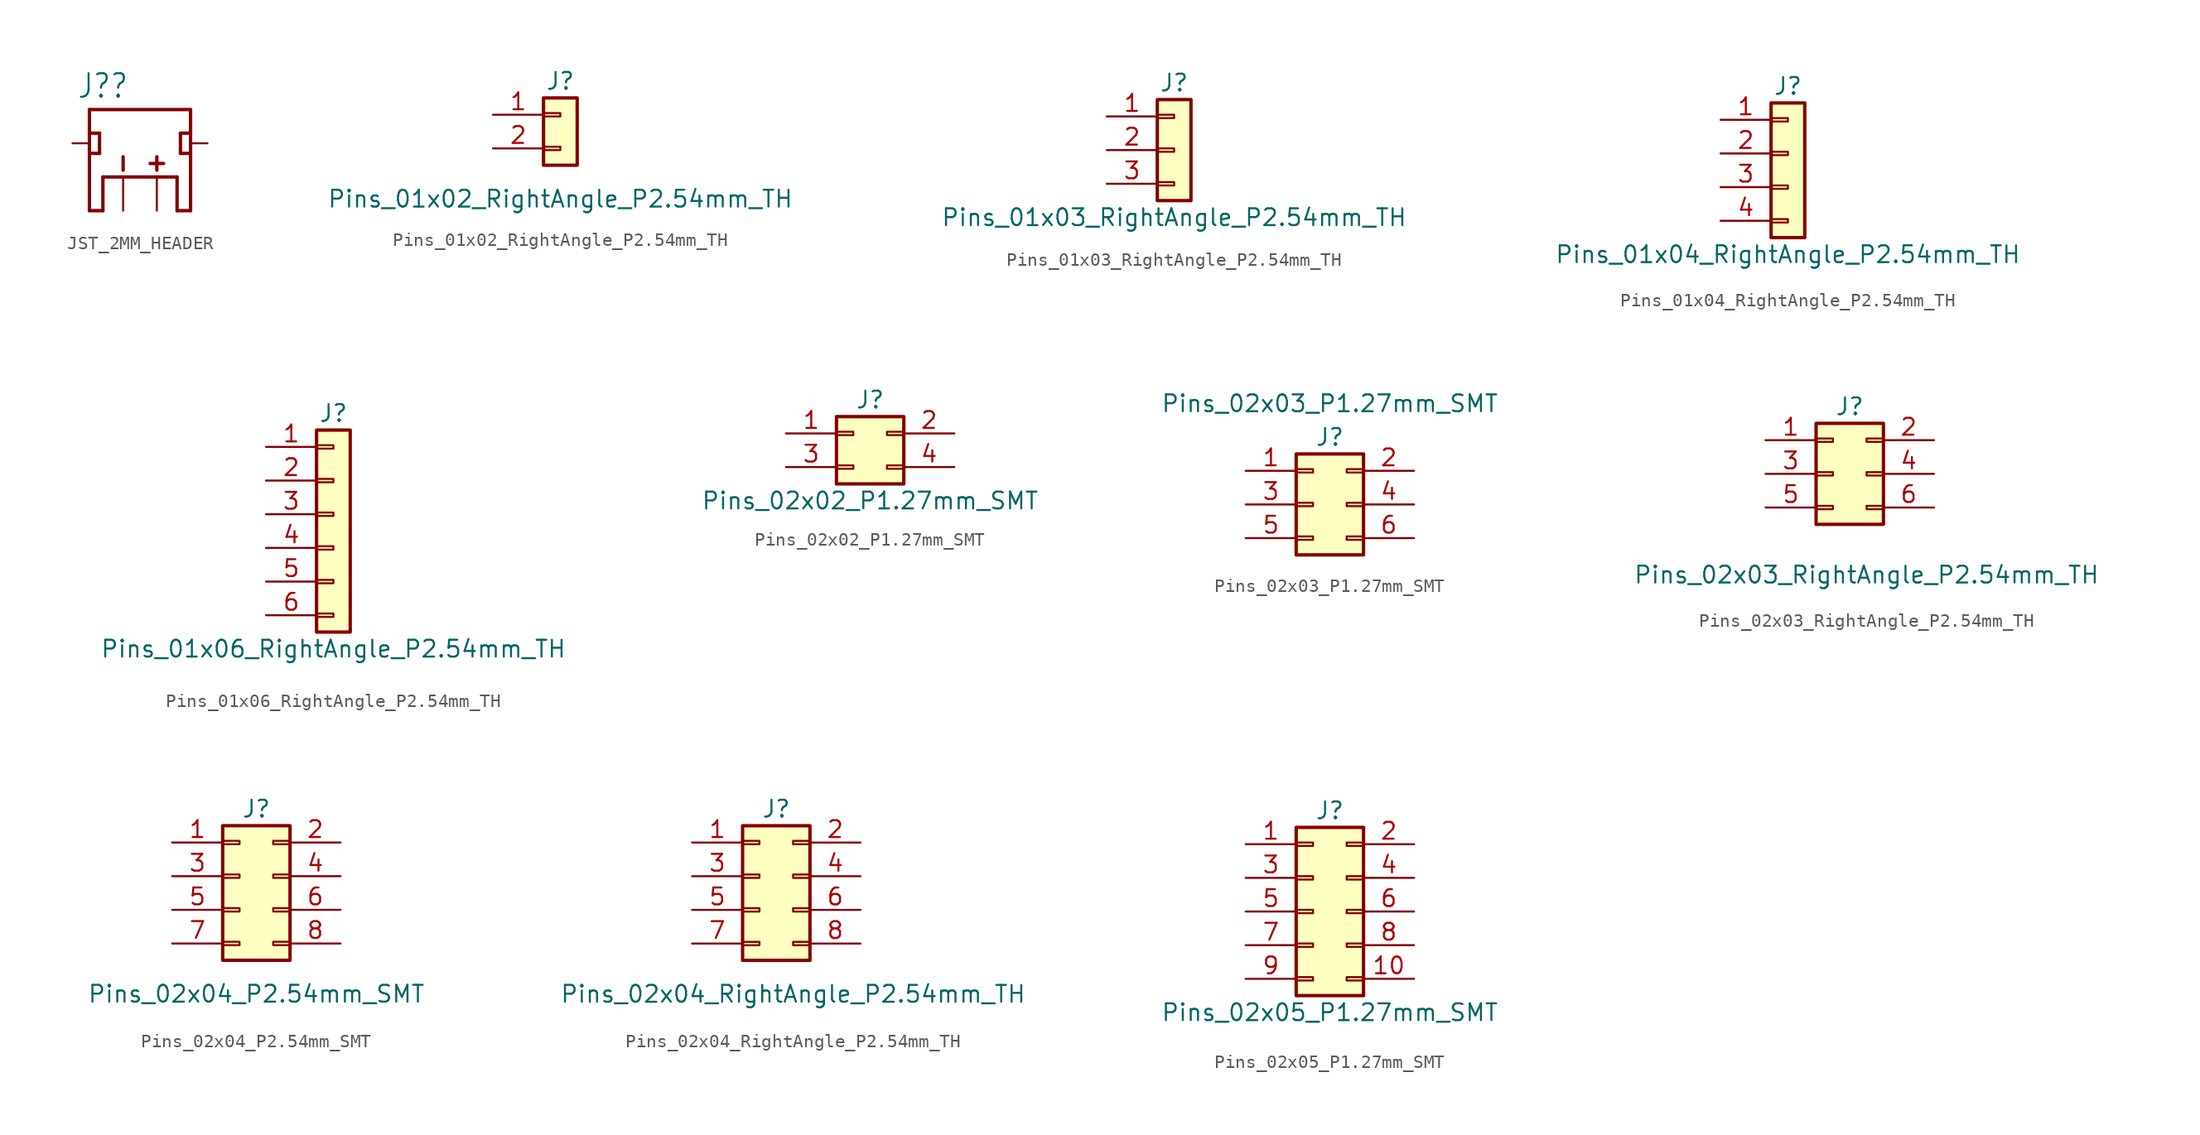
<source format=kicad_sym>
(kicad_symbol_lib
  (version 20241209)
  (generator "kicad_symbol_editor")
  (generator_version "9.0")
  (symbol "JST_2MM_HEADER"
    (property "Reference" "J?"
      (at -2.794 4.318 0)
      (effects (font (size 1.778 1.511))))
    (symbol "JST_2MM_HEADER_1_0"
      (polyline (pts (xy -3.81 2.54) (xy 3.81 2.54)) (stroke (width 0.254) (type solid)) (fill (type none)))
      (polyline (pts (xy -3.81 0.762) (xy -3.81 2.54)) (stroke (width 0.254) (type solid)) (fill (type none)))
      (polyline (pts (xy -3.81 -0.762) (xy -3.81 0.762)) (stroke (width 0.254) (type solid)) (fill (type none)))
      (polyline (pts (xy -3.81 -0.762) (xy -3.048 -0.762)) (stroke (width 0.254) (type solid)) (fill (type none)))
      (polyline (pts (xy -3.81 -5.08) (xy -3.81 -0.762)) (stroke (width 0.254) (type solid)) (fill (type none)))
      (polyline (pts (xy -3.81 -5.08) (xy -2.794 -5.08)) (stroke (width 0.254) (type solid)) (fill (type none)))
      (polyline (pts (xy -3.048 0.762) (xy -3.81 0.762)) (stroke (width 0.254) (type solid)) (fill (type none)))
      (polyline (pts (xy -3.048 -0.762) (xy -3.048 0.762)) (stroke (width 0.254) (type solid)) (fill (type none)))
      (polyline (pts (xy -2.794 -2.54) (xy -2.794 -5.08)) (stroke (width 0.254) (type solid)) (fill (type none)))
      (polyline (pts (xy -1.27 -2.032) (xy -1.27 -1.016)) (stroke (width 0.254) (type solid)) (fill (type none)))
      (polyline (pts (xy 0.762 -1.524) (xy 1.778 -1.524)) (stroke (width 0.254) (type solid)) (fill (type none)))
      (polyline (pts (xy 1.27 -2.032) (xy 1.27 -1.016)) (stroke (width 0.254) (type solid)) (fill (type none)))
      (polyline (pts (xy 2.794 -2.54) (xy -2.794 -2.54)) (stroke (width 0.254) (type solid)) (fill (type none)))
      (polyline (pts (xy 2.794 -5.08) (xy 2.794 -2.54)) (stroke (width 0.254) (type solid)) (fill (type none)))
      (polyline (pts (xy 3.048 0.762) (xy 3.81 0.762)) (stroke (width 0.254) (type solid)) (fill (type none)))
      (polyline (pts (xy 3.048 -0.762) (xy 3.048 0.762)) (stroke (width 0.254) (type solid)) (fill (type none)))
      (polyline (pts (xy 3.81 2.54) (xy 3.81 0.762)) (stroke (width 0.254) (type solid)) (fill (type none)))
      (polyline (pts (xy 3.81 0.762) (xy 3.81 -0.762)) (stroke (width 0.254) (type solid)) (fill (type none)))
      (polyline (pts (xy 3.81 -0.762) (xy 3.048 -0.762)) (stroke (width 0.254) (type solid)) (fill (type none)))
      (polyline (pts (xy 3.81 -0.762) (xy 3.81 -5.08)) (stroke (width 0.254) (type solid)) (fill (type none)))
      (polyline (pts (xy 3.81 -5.08) (xy 2.794 -5.08)) (stroke (width 0.254) (type solid)) (fill (type none)))
      (pin bidirectional line (at -5.08 0 0) (length 1.27) (name "PAD1" (effects (font (size 0 0)))) (number "NC1" (effects (font (size 0 0)))))
      (pin bidirectional line (at -1.27 -5.08 90) (length 2.54) (name "-" (effects (font (size 0 0)))) (number "1" (effects (font (size 0 0)))))
      (pin bidirectional line (at 1.27 -5.08 90) (length 2.54) (name "+" (effects (font (size 0 0)))) (number "2" (effects (font (size 0 0)))))
      (pin bidirectional line (at 5.08 0 180) (length 1.27) (name "PAD2" (effects (font (size 0 0)))) (number "NC2" (effects (font (size 0 0)))))))
  (symbol "Pins_01x02_RightAngle_P2.54mm_TH"
    (pin_names
      (offset 1.016)
      (hide yes))
    (property "Reference" "J"
      (at 0 3.81 0)
      (effects (font (size 1.27 1.27))))
    (property "Value" "Pins_01x02_RightAngle_P2.54mm_TH"
      (at 0 -5.08 0)
      (effects (font (size 1.27 1.27))))
    (symbol "Pins_01x02_RightAngle_P2.54mm_TH_1_1"
      (rectangle (start -1.27 2.54) (end 1.27 -2.54) (stroke (width 0.254) (type default)) (fill (type background)))
      (rectangle (start -1.27 1.397) (end 0 1.143) (stroke (width 0.152) (type default)) (fill (type none)))
      (rectangle (start -1.27 -1.143) (end 0 -1.397) (stroke (width 0.152) (type default)) (fill (type none)))
      (pin passive line (at -5.08 1.27 0) (length 3.81) (name "Pin_1" (effects (font (size 1.27 1.27)))) (number "1" (effects (font (size 1.27 1.27)))))
      (pin passive line (at -5.08 -1.27 0) (length 3.81) (name "Pin_2" (effects (font (size 1.27 1.27)))) (number "2" (effects (font (size 1.27 1.27)))))))
  (symbol "Pins_01x03_RightAngle_P2.54mm_TH"
    (pin_names
      (offset 1.016)
      (hide yes))
    (property "Reference" "J"
      (at 0 5.08 0)
      (effects (font (size 1.27 1.27))))
    (property "Value" "Pins_01x03_RightAngle_P2.54mm_TH"
      (at 0 -5.08 0)
      (effects (font (size 1.27 1.27))))
    (symbol "Pins_01x03_RightAngle_P2.54mm_TH_1_1"
      (rectangle (start -1.27 3.81) (end 1.27 -3.81) (stroke (width 0.254) (type default)) (fill (type background)))
      (rectangle (start -1.27 2.667) (end 0 2.413) (stroke (width 0.152) (type default)) (fill (type none)))
      (rectangle (start -1.27 0.127) (end 0 -0.127) (stroke (width 0.152) (type default)) (fill (type none)))
      (rectangle (start -1.27 -2.413) (end 0 -2.667) (stroke (width 0.152) (type default)) (fill (type none)))
      (pin passive line (at -5.08 2.54 0) (length 3.81) (name "Pin_1" (effects (font (size 1.27 1.27)))) (number "1" (effects (font (size 1.27 1.27)))))
      (pin passive line (at -5.08 0 0) (length 3.81) (name "Pin_2" (effects (font (size 1.27 1.27)))) (number "2" (effects (font (size 1.27 1.27)))))
      (pin passive line (at -5.08 -2.54 0) (length 3.81) (name "Pin_3" (effects (font (size 1.27 1.27)))) (number "3" (effects (font (size 1.27 1.27)))))))
  (symbol "Pins_01x04_RightAngle_P2.54mm_TH"
    (pin_names
      (offset 1.016)
      (hide yes))
    (property "Reference" "J"
      (at 0 5.08 0)
      (effects (font (size 1.27 1.27))))
    (property "Value" "Pins_01x04_RightAngle_P2.54mm_TH"
      (at 0 -7.62 0)
      (effects (font (size 1.27 1.27))))
    (symbol "Pins_01x04_RightAngle_P2.54mm_TH_1_1"
      (rectangle (start -1.27 3.81) (end 1.27 -6.35) (stroke (width 0.254) (type default)) (fill (type background)))
      (rectangle (start -1.27 2.667) (end 0 2.413) (stroke (width 0.152) (type default)) (fill (type none)))
      (rectangle (start -1.27 0.127) (end 0 -0.127) (stroke (width 0.152) (type default)) (fill (type none)))
      (rectangle (start -1.27 -2.413) (end 0 -2.667) (stroke (width 0.152) (type default)) (fill (type none)))
      (rectangle (start -1.27 -4.953) (end 0 -5.207) (stroke (width 0.152) (type default)) (fill (type none)))
      (pin passive line (at -5.08 2.54 0) (length 3.81) (name "Pin_1" (effects (font (size 1.27 1.27)))) (number "1" (effects (font (size 1.27 1.27)))))
      (pin passive line (at -5.08 0 0) (length 3.81) (name "Pin_2" (effects (font (size 1.27 1.27)))) (number "2" (effects (font (size 1.27 1.27)))))
      (pin passive line (at -5.08 -2.54 0) (length 3.81) (name "Pin_3" (effects (font (size 1.27 1.27)))) (number "3" (effects (font (size 1.27 1.27)))))
      (pin passive line (at -5.08 -5.08 0) (length 3.81) (name "Pin_4" (effects (font (size 1.27 1.27)))) (number "4" (effects (font (size 1.27 1.27)))))))
  (symbol "Pins_01x06_RightAngle_P2.54mm_TH"
    (pin_names
      (offset 1.016)
      (hide yes))
    (property "Reference" "J"
      (at 0 8.89 0)
      (effects (font (size 1.27 1.27))))
    (property "Value" "Pins_01x06_RightAngle_P2.54mm_TH"
      (at 0 -8.89 0)
      (effects (font (size 1.27 1.27))))
    (symbol "Pins_01x06_RightAngle_P2.54mm_TH_1_1"
      (rectangle (start -1.27 7.62) (end 1.27 -7.62) (stroke (width 0.254) (type default)) (fill (type background)))
      (rectangle (start -1.27 6.477) (end 0 6.223) (stroke (width 0.152) (type default)) (fill (type none)))
      (rectangle (start -1.27 3.937) (end 0 3.683) (stroke (width 0.152) (type default)) (fill (type none)))
      (rectangle (start -1.27 1.397) (end 0 1.143) (stroke (width 0.152) (type default)) (fill (type none)))
      (rectangle (start -1.27 -1.143) (end 0 -1.397) (stroke (width 0.152) (type default)) (fill (type none)))
      (rectangle (start -1.27 -3.683) (end 0 -3.937) (stroke (width 0.152) (type default)) (fill (type none)))
      (rectangle (start -1.27 -6.223) (end 0 -6.477) (stroke (width 0.152) (type default)) (fill (type none)))
      (pin passive line (at -5.08 6.35 0) (length 3.81) (name "Pin_1" (effects (font (size 1.27 1.27)))) (number "1" (effects (font (size 1.27 1.27)))))
      (pin passive line (at -5.08 3.81 0) (length 3.81) (name "Pin_2" (effects (font (size 1.27 1.27)))) (number "2" (effects (font (size 1.27 1.27)))))
      (pin passive line (at -5.08 1.27 0) (length 3.81) (name "Pin_3" (effects (font (size 1.27 1.27)))) (number "3" (effects (font (size 1.27 1.27)))))
      (pin passive line (at -5.08 -1.27 0) (length 3.81) (name "Pin_4" (effects (font (size 1.27 1.27)))) (number "4" (effects (font (size 1.27 1.27)))))
      (pin passive line (at -5.08 -3.81 0) (length 3.81) (name "Pin_5" (effects (font (size 1.27 1.27)))) (number "5" (effects (font (size 1.27 1.27)))))
      (pin passive line (at -5.08 -6.35 0) (length 3.81) (name "Pin_6" (effects (font (size 1.27 1.27)))) (number "6" (effects (font (size 1.27 1.27)))))))
  (symbol "Pins_02x02_P1.27mm_SMT"
    (pin_names
      (offset 0.025)
      (hide yes))
    (property "Reference" "J"
      (at 0 3.81 0)
      (effects (font (size 1.27 1.27))))
    (property "Value" "Pins_02x02_P1.27mm_SMT"
      (at 0 -3.81 0)
      (effects (font (size 1.27 1.27))))
    (symbol "Pins_02x02_P1.27mm_SMT_0_1"
      (rectangle (start -2.54 2.54) (end 2.54 -2.54) (stroke (width 0.254) (type default)) (fill (type background)))
      (rectangle (start -2.54 1.397) (end -1.27 1.143) (stroke (width 0.152) (type default)) (fill (type none)))
      (rectangle (start -2.54 -1.143) (end -1.27 -1.397) (stroke (width 0.152) (type default)) (fill (type none)))
      (rectangle (start 1.27 1.397) (end 2.54 1.143) (stroke (width 0.152) (type default)) (fill (type none)))
      (rectangle (start 1.27 -1.143) (end 2.54 -1.397) (stroke (width 0.152) (type default)) (fill (type none))))
    (symbol "Pins_02x02_P1.27mm_SMT_1_1"
      (pin passive line (at -6.35 1.27 0) (length 3.81) (name "+12V" (effects (font (size 1.27 1.27)))) (number "1" (effects (font (size 1.27 1.27)))))
      (pin passive line (at -6.35 -1.27 0) (length 3.81) (name "GND" (effects (font (size 1.27 1.27)))) (number "3" (effects (font (size 1.27 1.27)))))
      (pin passive line (at 6.35 1.27 180) (length 3.81) (name "+12V" (effects (font (size 1.27 1.27)))) (number "2" (effects (font (size 1.27 1.27)))))
      (pin passive line (at 6.35 -1.27 180) (length 3.81) (name "GND" (effects (font (size 1.27 1.27)))) (number "4" (effects (font (size 1.27 1.27)))))))
  (symbol "Pins_02x03_P1.27mm_SMT"
    (pin_names
      (offset 0.025)
      (hide yes))
    (property "Reference" "J"
      (at 0 5.08 0)
      (effects (font (size 1.27 1.27))))
    (property "Value" "Pins_02x03_P1.27mm_SMT"
      (at 0 7.62 0)
      (effects (font (size 1.27 1.27))))
    (symbol "Pins_02x03_P1.27mm_SMT_0_1"
      (rectangle (start -2.54 3.81) (end 2.54 -3.81) (stroke (width 0.254) (type default)) (fill (type background)))
      (rectangle (start -2.54 2.667) (end -1.27 2.413) (stroke (width 0.152) (type default)) (fill (type none)))
      (rectangle (start -2.54 0.127) (end -1.27 -0.127) (stroke (width 0.152) (type default)) (fill (type none)))
      (rectangle (start -2.54 -2.413) (end -1.27 -2.667) (stroke (width 0.152) (type default)) (fill (type none)))
      (rectangle (start 1.27 2.667) (end 2.54 2.413) (stroke (width 0.152) (type default)) (fill (type none)))
      (rectangle (start 1.27 0.127) (end 2.54 -0.127) (stroke (width 0.152) (type default)) (fill (type none)))
      (rectangle (start 1.27 -2.413) (end 2.54 -2.667) (stroke (width 0.152) (type default)) (fill (type none))))
    (symbol "Pins_02x03_P1.27mm_SMT_1_1"
      (pin passive line (at -6.35 2.54 0) (length 3.81) (name "+12V" (effects (font (size 1.27 1.27)))) (number "1" (effects (font (size 1.27 1.27)))))
      (pin passive line (at -6.35 0 0) (length 3.81) (name "GND" (effects (font (size 1.27 1.27)))) (number "3" (effects (font (size 1.27 1.27)))))
      (pin passive line (at -6.35 -2.54 0) (length 3.81) (name "GND" (effects (font (size 1.27 1.27)))) (number "5" (effects (font (size 1.27 1.27)))))
      (pin passive line (at 6.35 2.54 180) (length 3.81) (name "+12V" (effects (font (size 1.27 1.27)))) (number "2" (effects (font (size 1.27 1.27)))))
      (pin passive line (at 6.35 0 180) (length 3.81) (name "GND" (effects (font (size 1.27 1.27)))) (number "4" (effects (font (size 1.27 1.27)))))
      (pin passive line (at 6.35 -2.54 180) (length 3.81) (name "GND" (effects (font (size 1.27 1.27)))) (number "6" (effects (font (size 1.27 1.27)))))))
  (symbol "Pins_02x03_RightAngle_P2.54mm_TH"
    (pin_names
      (offset 1.016)
      (hide yes))
    (property "Reference" "J"
      (at 0 5.08 0)
      (effects (font (size 1.27 1.27))))
    (property "Value" "Pins_02x03_RightAngle_P2.54mm_TH"
      (at 1.27 -7.62 0)
      (effects (font (size 1.27 1.27))))
    (symbol "Pins_02x03_RightAngle_P2.54mm_TH_1_1"
      (rectangle (start -2.54 3.81) (end 2.54 -3.81) (stroke (width 0.254) (type default)) (fill (type background)))
      (rectangle (start -2.54 2.667) (end -1.27 2.413) (stroke (width 0.152) (type default)) (fill (type none)))
      (rectangle (start -2.54 0.127) (end -1.27 -0.127) (stroke (width 0.152) (type default)) (fill (type none)))
      (rectangle (start -2.54 -2.413) (end -1.27 -2.667) (stroke (width 0.152) (type default)) (fill (type none)))
      (rectangle (start 2.54 2.667) (end 1.27 2.413) (stroke (width 0.152) (type default)) (fill (type none)))
      (rectangle (start 2.54 0.127) (end 1.27 -0.127) (stroke (width 0.152) (type default)) (fill (type none)))
      (rectangle (start 2.54 -2.413) (end 1.27 -2.667) (stroke (width 0.152) (type default)) (fill (type none)))
      (pin passive line (at -6.35 2.54 0) (length 3.81) (name "Pin_1" (effects (font (size 1.27 1.27)))) (number "1" (effects (font (size 1.27 1.27)))))
      (pin passive line (at -6.35 0 0) (length 3.81) (name "Pin_3" (effects (font (size 1.27 1.27)))) (number "3" (effects (font (size 1.27 1.27)))))
      (pin passive line (at -6.35 -2.54 0) (length 3.81) (name "Pin_5" (effects (font (size 1.27 1.27)))) (number "5" (effects (font (size 1.27 1.27)))))
      (pin passive line (at 6.35 2.54 180) (length 3.81) (name "Pin_2" (effects (font (size 1.27 1.27)))) (number "2" (effects (font (size 1.27 1.27)))))
      (pin passive line (at 6.35 0 180) (length 3.81) (name "Pin_4" (effects (font (size 1.27 1.27)))) (number "4" (effects (font (size 1.27 1.27)))))
      (pin passive line (at 6.35 -2.54 180) (length 3.81) (name "Pin_6" (effects (font (size 1.27 1.27)))) (number "6" (effects (font (size 1.27 1.27)))))))
  (symbol "Pins_02x04_P2.54mm_SMT"
    (pin_names
      (offset 1.016)
      (hide yes))
    (property "Reference" "J"
      (at 0 6.35 0)
      (effects (font (size 1.27 1.27))))
    (property "Value" "Pins_02x04_P2.54mm_SMT"
      (at 0 -7.62 0)
      (effects (font (size 1.27 1.27))))
    (symbol "Pins_02x04_P2.54mm_SMT_1_1"
      (rectangle (start -2.54 5.08) (end 2.54 -5.08) (stroke (width 0.254) (type default)) (fill (type background)))
      (rectangle (start -2.54 3.937) (end -1.27 3.683) (stroke (width 0.152) (type default)) (fill (type none)))
      (rectangle (start -2.54 1.397) (end -1.27 1.143) (stroke (width 0.152) (type default)) (fill (type none)))
      (rectangle (start -2.54 -1.143) (end -1.27 -1.397) (stroke (width 0.152) (type default)) (fill (type none)))
      (rectangle (start -2.54 -3.683) (end -1.27 -3.937) (stroke (width 0.152) (type default)) (fill (type none)))
      (rectangle (start 2.54 3.937) (end 1.27 3.683) (stroke (width 0.152) (type default)) (fill (type none)))
      (rectangle (start 2.54 1.397) (end 1.27 1.143) (stroke (width 0.152) (type default)) (fill (type none)))
      (rectangle (start 2.54 -1.143) (end 1.27 -1.397) (stroke (width 0.152) (type default)) (fill (type none)))
      (rectangle (start 2.54 -3.683) (end 1.27 -3.937) (stroke (width 0.152) (type default)) (fill (type none)))
      (pin passive line (at -6.35 3.81 0) (length 3.81) (name "Pin_1" (effects (font (size 1.27 1.27)))) (number "1" (effects (font (size 1.27 1.27)))))
      (pin passive line (at -6.35 1.27 0) (length 3.81) (name "Pin_3" (effects (font (size 1.27 1.27)))) (number "3" (effects (font (size 1.27 1.27)))))
      (pin passive line (at -6.35 -1.27 0) (length 3.81) (name "Pin_5" (effects (font (size 1.27 1.27)))) (number "5" (effects (font (size 1.27 1.27)))))
      (pin passive line (at -6.35 -3.81 0) (length 3.81) (name "Pin_7" (effects (font (size 1.27 1.27)))) (number "7" (effects (font (size 1.27 1.27)))))
      (pin passive line (at 6.35 3.81 180) (length 3.81) (name "Pin_2" (effects (font (size 1.27 1.27)))) (number "2" (effects (font (size 1.27 1.27)))))
      (pin passive line (at 6.35 1.27 180) (length 3.81) (name "Pin_4" (effects (font (size 1.27 1.27)))) (number "4" (effects (font (size 1.27 1.27)))))
      (pin passive line (at 6.35 -1.27 180) (length 3.81) (name "Pin_6" (effects (font (size 1.27 1.27)))) (number "6" (effects (font (size 1.27 1.27)))))
      (pin passive line (at 6.35 -3.81 180) (length 3.81) (name "Pin_8" (effects (font (size 1.27 1.27)))) (number "8" (effects (font (size 1.27 1.27)))))))
  (symbol "Pins_02x04_RightAngle_P2.54mm_TH"
    (pin_names
      (offset 1.016)
      (hide yes))
    (property "Reference" "J"
      (at 0 6.35 0)
      (effects (font (size 1.27 1.27))))
    (property "Value" "Pins_02x04_RightAngle_P2.54mm_TH"
      (at 1.27 -7.62 0)
      (effects (font (size 1.27 1.27))))
    (symbol "Pins_02x04_RightAngle_P2.54mm_TH_1_1"
      (rectangle (start -2.54 5.08) (end 2.54 -5.08) (stroke (width 0.254) (type default)) (fill (type background)))
      (rectangle (start -2.54 3.937) (end -1.27 3.683) (stroke (width 0.152) (type default)) (fill (type none)))
      (rectangle (start -2.54 1.397) (end -1.27 1.143) (stroke (width 0.152) (type default)) (fill (type none)))
      (rectangle (start -2.54 -1.143) (end -1.27 -1.397) (stroke (width 0.152) (type default)) (fill (type none)))
      (rectangle (start -2.54 -3.683) (end -1.27 -3.937) (stroke (width 0.152) (type default)) (fill (type none)))
      (rectangle (start 2.54 3.937) (end 1.27 3.683) (stroke (width 0.152) (type default)) (fill (type none)))
      (rectangle (start 2.54 1.397) (end 1.27 1.143) (stroke (width 0.152) (type default)) (fill (type none)))
      (rectangle (start 2.54 -1.143) (end 1.27 -1.397) (stroke (width 0.152) (type default)) (fill (type none)))
      (rectangle (start 2.54 -3.683) (end 1.27 -3.937) (stroke (width 0.152) (type default)) (fill (type none)))
      (pin passive line (at -6.35 3.81 0) (length 3.81) (name "Pin_1" (effects (font (size 1.27 1.27)))) (number "1" (effects (font (size 1.27 1.27)))))
      (pin passive line (at -6.35 1.27 0) (length 3.81) (name "Pin_3" (effects (font (size 1.27 1.27)))) (number "3" (effects (font (size 1.27 1.27)))))
      (pin passive line (at -6.35 -1.27 0) (length 3.81) (name "Pin_5" (effects (font (size 1.27 1.27)))) (number "5" (effects (font (size 1.27 1.27)))))
      (pin passive line (at -6.35 -3.81 0) (length 3.81) (name "Pin_7" (effects (font (size 1.27 1.27)))) (number "7" (effects (font (size 1.27 1.27)))))
      (pin passive line (at 6.35 3.81 180) (length 3.81) (name "Pin_2" (effects (font (size 1.27 1.27)))) (number "2" (effects (font (size 1.27 1.27)))))
      (pin passive line (at 6.35 1.27 180) (length 3.81) (name "Pin_4" (effects (font (size 1.27 1.27)))) (number "4" (effects (font (size 1.27 1.27)))))
      (pin passive line (at 6.35 -1.27 180) (length 3.81) (name "Pin_6" (effects (font (size 1.27 1.27)))) (number "6" (effects (font (size 1.27 1.27)))))
      (pin passive line (at 6.35 -3.81 180) (length 3.81) (name "Pin_8" (effects (font (size 1.27 1.27)))) (number "8" (effects (font (size 1.27 1.27)))))))
  (symbol "Pins_02x05_P1.27mm_SMT"
    (pin_names
      (offset 1.016)
      (hide yes))
    (property "Reference" "J"
      (at 0 7.62 0)
      (effects (font (size 1.27 1.27))))
    (property "Value" "Pins_02x05_P1.27mm_SMT"
      (at 0 -7.62 0)
      (effects (font (size 1.27 1.27))))
    (symbol "Pins_02x05_P1.27mm_SMT_1_1"
      (rectangle (start -2.54 6.35) (end 2.54 -6.35) (stroke (width 0.254) (type default)) (fill (type background)))
      (rectangle (start -2.54 5.207) (end -1.27 4.953) (stroke (width 0.152) (type default)) (fill (type none)))
      (rectangle (start -2.54 2.667) (end -1.27 2.413) (stroke (width 0.152) (type default)) (fill (type none)))
      (rectangle (start -2.54 0.127) (end -1.27 -0.127) (stroke (width 0.152) (type default)) (fill (type none)))
      (rectangle (start -2.54 -2.413) (end -1.27 -2.667) (stroke (width 0.152) (type default)) (fill (type none)))
      (rectangle (start -2.54 -4.953) (end -1.27 -5.207) (stroke (width 0.152) (type default)) (fill (type none)))
      (rectangle (start 2.54 5.207) (end 1.27 4.953) (stroke (width 0.152) (type default)) (fill (type none)))
      (rectangle (start 2.54 2.667) (end 1.27 2.413) (stroke (width 0.152) (type default)) (fill (type none)))
      (rectangle (start 2.54 0.127) (end 1.27 -0.127) (stroke (width 0.152) (type default)) (fill (type none)))
      (rectangle (start 2.54 -2.413) (end 1.27 -2.667) (stroke (width 0.152) (type default)) (fill (type none)))
      (rectangle (start 2.54 -4.953) (end 1.27 -5.207) (stroke (width 0.152) (type default)) (fill (type none)))
      (pin passive line (at -6.35 5.08 0) (length 3.81) (name "Pin_1" (effects (font (size 1.27 1.27)))) (number "1" (effects (font (size 1.27 1.27)))))
      (pin passive line (at -6.35 2.54 0) (length 3.81) (name "Pin_3" (effects (font (size 1.27 1.27)))) (number "3" (effects (font (size 1.27 1.27)))))
      (pin passive line (at -6.35 0 0) (length 3.81) (name "Pin_5" (effects (font (size 1.27 1.27)))) (number "5" (effects (font (size 1.27 1.27)))))
      (pin passive line (at -6.35 -2.54 0) (length 3.81) (name "Pin_7" (effects (font (size 1.27 1.27)))) (number "7" (effects (font (size 1.27 1.27)))))
      (pin passive line (at -6.35 -5.08 0) (length 3.81) (name "Pin_9" (effects (font (size 1.27 1.27)))) (number "9" (effects (font (size 1.27 1.27)))))
      (pin passive line (at 6.35 5.08 180) (length 3.81) (name "Pin_2" (effects (font (size 1.27 1.27)))) (number "2" (effects (font (size 1.27 1.27)))))
      (pin passive line (at 6.35 2.54 180) (length 3.81) (name "Pin_4" (effects (font (size 1.27 1.27)))) (number "4" (effects (font (size 1.27 1.27)))))
      (pin passive line (at 6.35 0 180) (length 3.81) (name "Pin_6" (effects (font (size 1.27 1.27)))) (number "6" (effects (font (size 1.27 1.27)))))
      (pin passive line (at 6.35 -2.54 180) (length 3.81) (name "Pin_8" (effects (font (size 1.27 1.27)))) (number "8" (effects (font (size 1.27 1.27)))))
      (pin passive line (at 6.35 -5.08 180) (length 3.81) (name "Pin_10" (effects (font (size 1.27 1.27)))) (number "10" (effects (font (size 1.27 1.27))))))))
</source>
